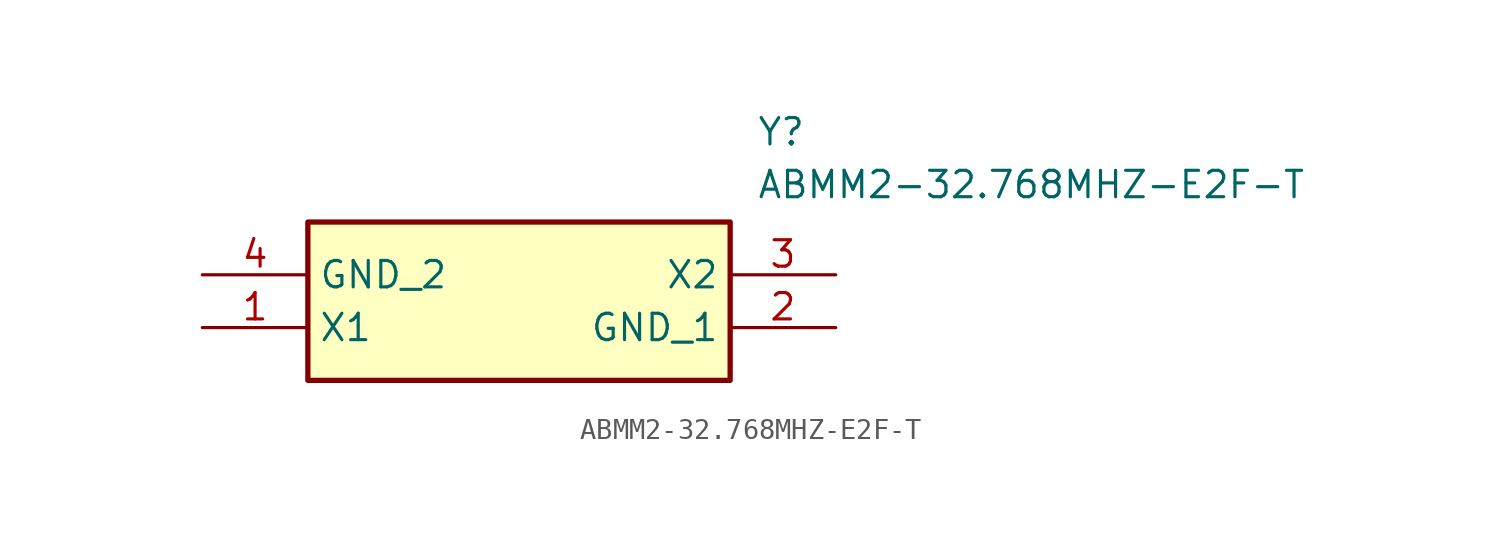
<source format=kicad_sym>
(kicad_symbol_lib
  (version 20211014)
  (generator SamacSys_ECAD_Model)
  (symbol "ABMM2-32.768MHZ-E2F-T"
    (property "Reference" "Y"
      (at 26.67 7.62 0)
      (effects (font (size 1.27 1.27)) (justify left top)))
    (property "Value" "ABMM2-32.768MHZ-E2F-T"
      (at 26.67 5.08 0)
      (effects (font (size 1.27 1.27)) (justify left top)))
    (rectangle
      (start 5.08 2.54)
      (end 25.4 -5.08)
      (stroke (width 0.254) (type default))
      (fill (type background)))
    (pin passive line
      (at 0 -2.54 0)
      (length 5.08)
      (name "X1" (effects (font (size 1.27 1.27))))
      (number "1" (effects (font (size 1.27 1.27)))))
    (pin passive line
      (at 30.48 -2.54 180)
      (length 5.08)
      (name "GND_1" (effects (font (size 1.27 1.27))))
      (number "2" (effects (font (size 1.27 1.27)))))
    (pin passive line
      (at 30.48 0 180)
      (length 5.08)
      (name "X2" (effects (font (size 1.27 1.27))))
      (number "3" (effects (font (size 1.27 1.27)))))
    (pin passive line
      (at 0 0 0)
      (length 5.08)
      (name "GND_2" (effects (font (size 1.27 1.27))))
      (number "4" (effects (font (size 1.27 1.27)))))))
</source>
